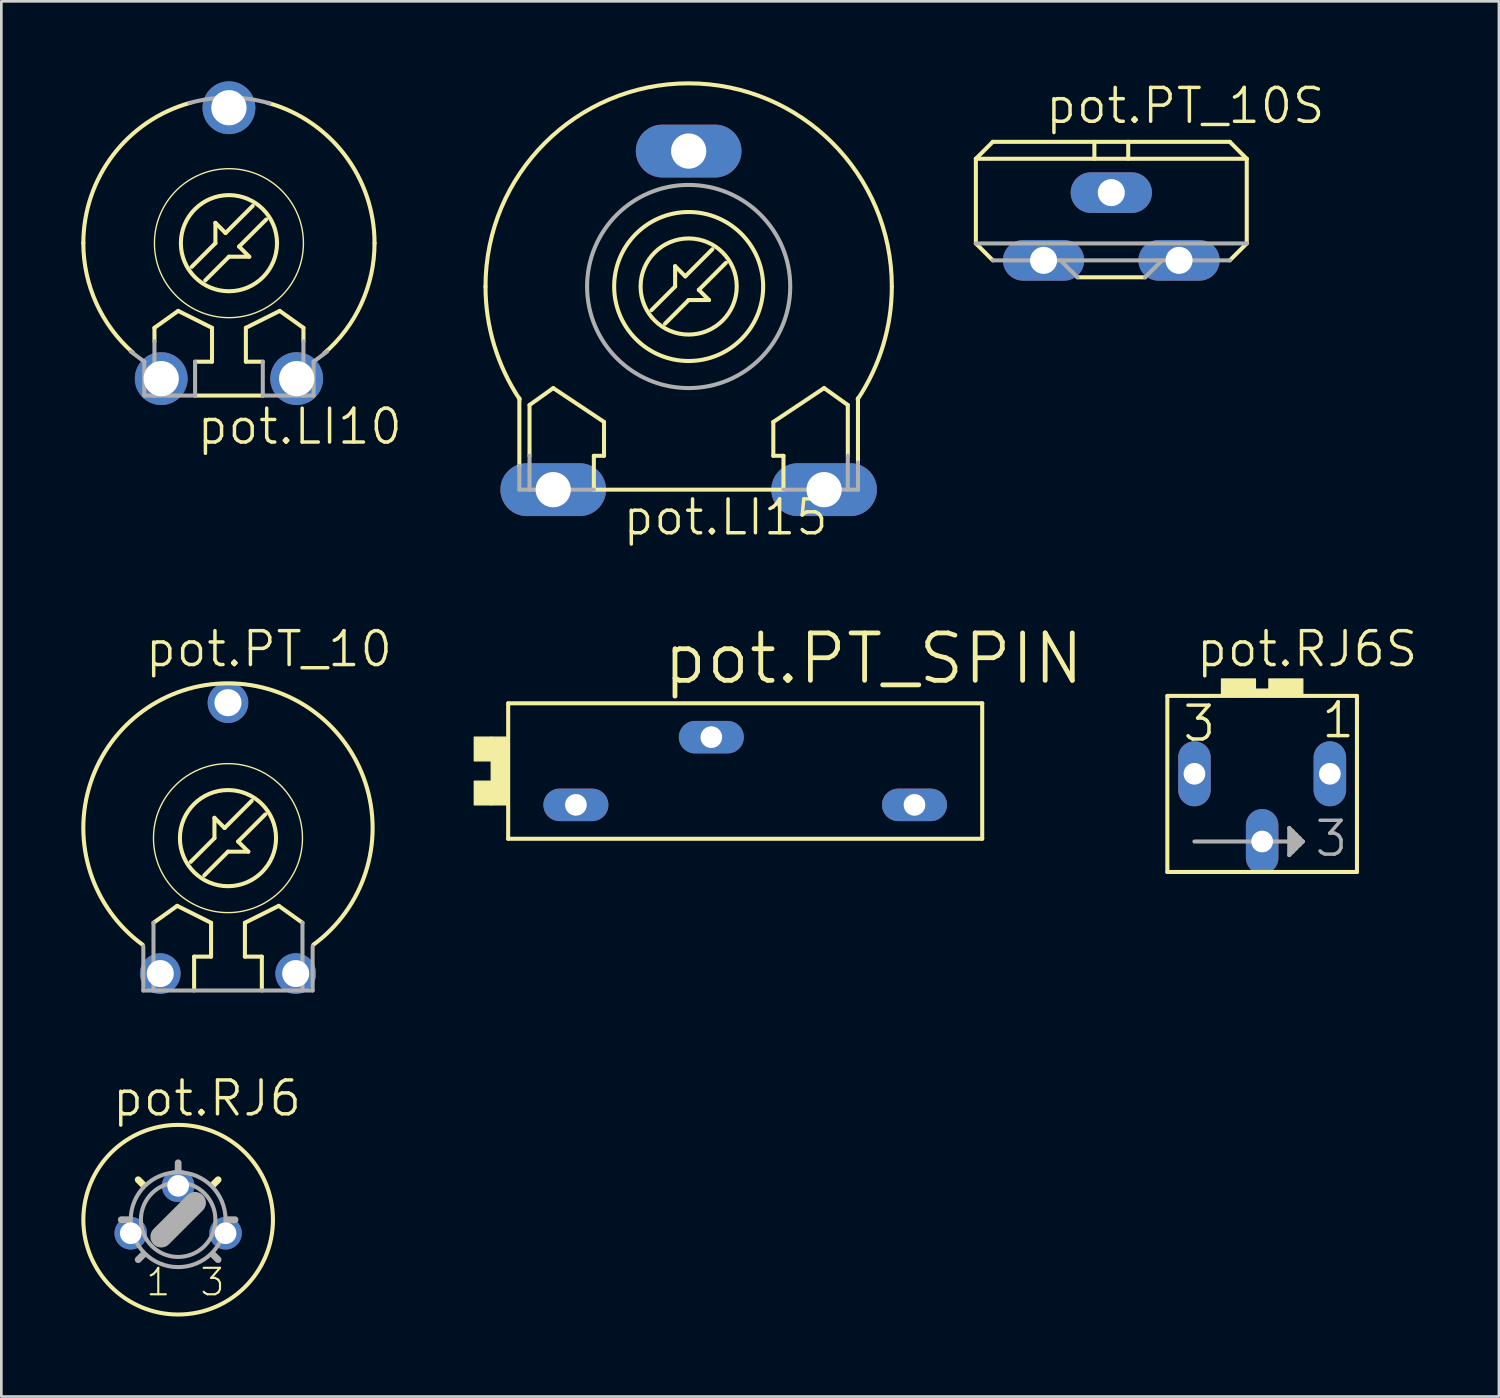
<source format=kicad_pcb>
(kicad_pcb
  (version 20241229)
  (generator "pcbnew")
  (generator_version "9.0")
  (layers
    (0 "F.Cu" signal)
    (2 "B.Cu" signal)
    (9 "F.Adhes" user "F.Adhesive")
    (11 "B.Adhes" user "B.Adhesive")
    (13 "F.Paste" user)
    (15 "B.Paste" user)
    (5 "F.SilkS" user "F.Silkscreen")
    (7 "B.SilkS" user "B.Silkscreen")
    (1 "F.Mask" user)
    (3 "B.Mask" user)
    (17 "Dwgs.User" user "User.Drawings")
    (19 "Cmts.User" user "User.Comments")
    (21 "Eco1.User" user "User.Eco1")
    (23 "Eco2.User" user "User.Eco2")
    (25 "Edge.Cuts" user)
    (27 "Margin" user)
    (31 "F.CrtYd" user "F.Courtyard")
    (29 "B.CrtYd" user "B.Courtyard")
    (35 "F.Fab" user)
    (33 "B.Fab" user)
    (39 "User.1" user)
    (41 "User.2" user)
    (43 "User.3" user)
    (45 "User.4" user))
  (footprint "pot.RJ6"
    (layer "F.Cu")
    (at 3.632 42.698)
    (property "Reference" "pot.RJ6" (at -2.54 -3.81 0) (layer "F.SilkS") (effects (font (size 1.27 1.27) (thickness 0.13)) (justify left bottom)))
    (attr through_hole)
    (fp_line (start -1.321 -1.321) (end -1.499 -1.499) (stroke (width 0.254) (type default)) (layer "F.SilkS"))
    (fp_line (start 1.321 -1.321) (end 1.499 -1.499) (stroke (width 0.254) (type default)) (layer "F.SilkS"))
    (fp_circle (center 0 0) (end 3.556 0) (stroke (width 0.152) (type default)) (fill no) (layer "F.SilkS"))
    (fp_line (start -2.134 0) (end -1.88 0) (stroke (width 0.254) (type default)) (layer "F.Fab"))
    (fp_line (start -1.499 1.499) (end -1.321 1.321) (stroke (width 0.254) (type default)) (layer "F.Fab"))
    (fp_line (start -0.635 0.635) (end 0.635 -0.635) (stroke (width 0.813) (type default)) (layer "F.Fab"))
    (fp_line (start 0 -1.88) (end 0 -2.134) (stroke (width 0.254) (type default)) (layer "F.Fab"))
    (fp_line (start 1.499 1.499) (end 1.321 1.321) (stroke (width 0.254) (type default)) (layer "F.Fab"))
    (fp_line (start 1.88 0) (end 2.134 0) (stroke (width 0.254) (type default)) (layer "F.Fab"))
    (fp_circle (center 0 0) (end 1.397 0) (stroke (width 0.152) (type default)) (fill no) (layer "F.Fab"))
    (fp_circle (center 0 0) (end 1.778 0) (stroke (width 0.152) (type default)) (fill no) (layer "F.Fab"))
    (fp_text user "3" (at 0.762 2.921 0) (layer "F.SilkS") (effects (font (size 0.991 0.991) (thickness 0.08)) (justify left bottom)))
    (fp_text user "1" (at -1.27 2.921 0) (layer "F.SilkS") (effects (font (size 0.991 0.991) (thickness 0.08)) (justify left bottom)))
    (pad "A" thru_hole circle (at -1.778 0.508) (size 1.219 1.219) (drill 0.813) (layers "*.Cu" "*.Mask"))
    (pad "E" thru_hole circle (at 1.778 0.508) (size 1.219 1.219) (drill 0.813) (layers "*.Cu" "*.Mask"))
    (pad "S" thru_hole circle (at 0 -1.27) (size 1.219 1.219) (drill 0.813) (layers "*.Cu" "*.Mask")))
  (footprint "pot.PT_10S"
    (layer "F.Cu")
    (at 38.632 5.445)
    (property "Reference" "pot.PT_10S" (at -2.54 -3.785 0) (layer "F.SilkS") (effects (font (size 1.27 1.27) (thickness 0.13)) (justify left bottom)))
    (attr through_hole)
    (fp_line (start -5.08 -2.54) (end 5.08 -2.54) (stroke (width 0.152) (type default)) (layer "F.SilkS"))
    (fp_line (start -5.08 0.635) (end -5.08 -2.54) (stroke (width 0.152) (type default)) (layer "F.SilkS"))
    (fp_line (start -4.445 -3.175) (end -5.08 -2.54) (stroke (width 0.152) (type default)) (layer "F.SilkS"))
    (fp_line (start -4.445 -3.175) (end 4.445 -3.175) (stroke (width 0.152) (type default)) (layer "F.SilkS"))
    (fp_line (start -4.445 1.27) (end -5.08 0.635) (stroke (width 0.152) (type default)) (layer "F.SilkS"))
    (fp_line (start -1.27 1.905) (end 1.27 1.905) (stroke (width 0.152) (type default)) (layer "F.SilkS"))
    (fp_line (start -0.635 -3.175) (end -0.635 -2.54) (stroke (width 0.152) (type default)) (layer "F.SilkS"))
    (fp_line (start 0.635 -2.54) (end 0.635 -3.175) (stroke (width 0.152) (type default)) (layer "F.SilkS"))
    (fp_line (start 5.08 -2.54) (end 4.445 -3.175) (stroke (width 0.152) (type default)) (layer "F.SilkS"))
    (fp_line (start 5.08 -2.54) (end 5.08 0.635) (stroke (width 0.152) (type default)) (layer "F.SilkS"))
    (fp_line (start 5.08 0.635) (end 4.445 1.27) (stroke (width 0.152) (type default)) (layer "F.SilkS"))
    (fp_line (start -5.08 0.635) (end 5.08 0.635) (stroke (width 0.152) (type default)) (layer "F.Fab"))
    (fp_line (start -4.445 1.27) (end 4.445 1.27) (stroke (width 0.152) (type default)) (layer "F.Fab"))
    (fp_line (start -1.905 1.27) (end -1.27 1.905) (stroke (width 0.152) (type default)) (layer "F.Fab"))
    (fp_line (start 1.27 1.905) (end 1.905 1.27) (stroke (width 0.152) (type default)) (layer "F.Fab"))
    (pad "A" thru_hole oval (at -2.54 1.27) (size 3.048 1.524) (drill 1.016) (layers "*.Cu" "*.Mask"))
    (pad "E" thru_hole oval (at 2.54 1.27) (size 3.048 1.524) (drill 1.016) (layers "*.Cu" "*.Mask"))
    (pad "S" thru_hole oval (at 0 -1.27) (size 3.048 1.524) (drill 1.016) (layers "*.Cu" "*.Mask")))
  (footprint "pot.LI15"
    (layer "F.Cu")
    (at 22.78 7.696)
    (property "Reference" "pot.LI15" (at -2.54 9.398 0) (layer "F.SilkS") (effects (font (size 1.27 1.27) (thickness 0.13)) (justify left bottom)))
    (attr through_hole)
    (fp_line (start -6.35 6.731) (end -6.35 4.191) (stroke (width 0.152) (type default)) (layer "F.SilkS"))
    (fp_line (start -5.969 4.445) (end -5.969 6.35) (stroke (width 0.152) (type default)) (layer "F.SilkS"))
    (fp_line (start -5.969 4.445) (end -5.08 3.81) (stroke (width 0.152) (type default)) (layer "F.SilkS"))
    (fp_line (start -5.08 3.81) (end -3.175 5.08) (stroke (width 0.152) (type default)) (layer "F.SilkS"))
    (fp_line (start -3.556 6.35) (end -3.556 7.62) (stroke (width 0.152) (type default)) (layer "F.SilkS"))
    (fp_line (start -3.556 7.62) (end 3.556 7.62) (stroke (width 0.152) (type default)) (layer "F.SilkS"))
    (fp_line (start -3.175 5.08) (end -3.175 6.35) (stroke (width 0.152) (type default)) (layer "F.SilkS"))
    (fp_line (start -3.175 6.35) (end -3.556 6.35) (stroke (width 0.152) (type default)) (layer "F.SilkS"))
    (fp_line (start -0.508 -0.762) (end -0.508 0) (stroke (width 0.152) (type default)) (layer "F.SilkS"))
    (fp_line (start -0.508 0) (end -1.397 0.889) (stroke (width 0.152) (type default)) (layer "F.SilkS"))
    (fp_line (start -0.127 -0.381) (end -0.508 -0.762) (stroke (width 0.152) (type default)) (layer "F.SilkS"))
    (fp_line (start 0 0.508) (end -0.889 1.397) (stroke (width 0.152) (type default)) (layer "F.SilkS"))
    (fp_line (start 0.381 0.127) (end 0.762 0.508) (stroke (width 0.152) (type default)) (layer "F.SilkS"))
    (fp_line (start 0.762 0.508) (end 0 0.508) (stroke (width 0.152) (type default)) (layer "F.SilkS"))
    (fp_line (start 0.889 -1.397) (end -0.127 -0.381) (stroke (width 0.152) (type default)) (layer "F.SilkS"))
    (fp_line (start 1.397 -0.889) (end 0.381 0.127) (stroke (width 0.152) (type default)) (layer "F.SilkS"))
    (fp_line (start 3.175 5.08) (end 5.08 3.81) (stroke (width 0.152) (type default)) (layer "F.SilkS"))
    (fp_line (start 3.175 6.35) (end 3.175 5.08) (stroke (width 0.152) (type default)) (layer "F.SilkS"))
    (fp_line (start 3.556 6.35) (end 3.175 6.35) (stroke (width 0.152) (type default)) (layer "F.SilkS"))
    (fp_line (start 3.556 7.62) (end 3.556 6.35) (stroke (width 0.152) (type default)) (layer "F.SilkS"))
    (fp_line (start 5.08 3.81) (end 5.969 4.445) (stroke (width 0.152) (type default)) (layer "F.SilkS"))
    (fp_line (start 5.969 4.445) (end 5.969 6.35) (stroke (width 0.152) (type default)) (layer "F.SilkS"))
    (fp_line (start 6.35 6.604) (end 6.35 4.191) (stroke (width 0.152) (type default)) (layer "F.SilkS"))
    (fp_arc (start -7.62 0) (mid 0 -7.62) (end 7.62 0) (stroke (width 0.1524) (type default)) (layer "F.SilkS"))
    (fp_arc (start -6.3402 4.2268) (mid -7.293028 2.208149) (end -7.62 0) (stroke (width 0.1524) (type default)) (layer "F.SilkS"))
    (fp_arc (start 7.62 0) (mid 7.293028 2.208149) (end 6.3402 4.2268) (stroke (width 0.1524) (type default)) (layer "F.SilkS"))
    (fp_circle (center 0 0) (end 1.803 0) (stroke (width 0.152) (type default)) (fill no) (layer "F.SilkS"))
    (fp_circle (center 0 0) (end 2.794 0) (stroke (width 0.152) (type default)) (fill no) (layer "F.SilkS"))
    (fp_line (start -6.35 7.62) (end -6.35 6.731) (stroke (width 0.152) (type default)) (layer "F.Fab"))
    (fp_line (start -6.35 7.62) (end -5.969 7.62) (stroke (width 0.152) (type default)) (layer "F.Fab"))
    (fp_line (start -5.969 6.35) (end -5.969 7.62) (stroke (width 0.152) (type default)) (layer "F.Fab"))
    (fp_line (start -5.969 7.62) (end -3.556 7.62) (stroke (width 0.152) (type default)) (layer "F.Fab"))
    (fp_line (start 5.969 6.35) (end 5.969 7.62) (stroke (width 0.152) (type default)) (layer "F.Fab"))
    (fp_line (start 5.969 7.62) (end 3.556 7.62) (stroke (width 0.152) (type default)) (layer "F.Fab"))
    (fp_line (start 6.35 6.604) (end 6.35 7.62) (stroke (width 0.152) (type default)) (layer "F.Fab"))
    (fp_line (start 6.35 7.62) (end 5.969 7.62) (stroke (width 0.152) (type default)) (layer "F.Fab"))
    (fp_circle (center 0 0) (end 3.81 0) (stroke (width 0.152) (type default)) (fill no) (layer "F.Fab"))
    (pad "A" thru_hole oval (at -5.08 7.62) (size 3.962 1.981) (drill 1.321) (layers "*.Cu" "*.Mask"))
    (pad "E" thru_hole oval (at 5.08 7.62) (size 3.962 1.981) (drill 1.321) (layers "*.Cu" "*.Mask"))
    (pad "S" thru_hole oval (at 0 -5.08) (size 3.962 1.981) (drill 1.321) (layers "*.Cu" "*.Mask")))
  (footprint "pot.PT_10"
    (layer "F.Cu")
    (at 5.501 28.386)
    (property "Reference" "pot.PT_10" (at -3.175 -6.35 0) (layer "F.SilkS") (effects (font (size 1.27 1.27) (thickness 0.13)) (justify left bottom)))
    (attr through_hole)
    (fp_line (start -2.794 3.175) (end -1.905 2.54) (stroke (width 0.152) (type default)) (layer "F.SilkS"))
    (fp_line (start -1.905 2.54) (end -0.635 3.175) (stroke (width 0.152) (type default)) (layer "F.SilkS"))
    (fp_line (start -1.27 4.445) (end -1.27 5.715) (stroke (width 0.152) (type default)) (layer "F.SilkS"))
    (fp_line (start -0.635 3.175) (end -0.635 4.445) (stroke (width 0.152) (type default)) (layer "F.SilkS"))
    (fp_line (start -0.635 4.445) (end -1.27 4.445) (stroke (width 0.152) (type default)) (layer "F.SilkS"))
    (fp_line (start -0.508 -0.762) (end -0.508 0) (stroke (width 0.152) (type default)) (layer "F.SilkS"))
    (fp_line (start -0.508 0) (end -1.397 0.889) (stroke (width 0.152) (type default)) (layer "F.SilkS"))
    (fp_line (start -0.127 -0.381) (end -0.508 -0.762) (stroke (width 0.152) (type default)) (layer "F.SilkS"))
    (fp_line (start 0 0.508) (end -0.889 1.397) (stroke (width 0.152) (type default)) (layer "F.SilkS"))
    (fp_line (start 0.381 0.127) (end 0.762 0.508) (stroke (width 0.152) (type default)) (layer "F.SilkS"))
    (fp_line (start 0.635 3.175) (end 1.905 2.54) (stroke (width 0.152) (type default)) (layer "F.SilkS"))
    (fp_line (start 0.635 4.445) (end 0.635 3.175) (stroke (width 0.152) (type default)) (layer "F.SilkS"))
    (fp_line (start 0.762 0.508) (end 0 0.508) (stroke (width 0.152) (type default)) (layer "F.SilkS"))
    (fp_line (start 0.889 -1.397) (end -0.127 -0.381) (stroke (width 0.152) (type default)) (layer "F.SilkS"))
    (fp_line (start 1.27 4.445) (end 0.635 4.445) (stroke (width 0.152) (type default)) (layer "F.SilkS"))
    (fp_line (start 1.27 5.715) (end 1.27 4.445) (stroke (width 0.152) (type default)) (layer "F.SilkS"))
    (fp_line (start 1.397 -0.889) (end 0.381 0.127) (stroke (width 0.152) (type default)) (layer "F.SilkS"))
    (fp_line (start 1.905 2.54) (end 2.794 3.175) (stroke (width 0.152) (type default)) (layer "F.SilkS"))
    (fp_arc (start -3.199999 3.999999) (mid -0.000001 -5.806229) (end 3.2 3.999998) (stroke (width 0.1524) (type default)) (layer "F.SilkS"))
    (fp_circle (center 0 0) (end 1.803 0) (stroke (width 0.152) (type default)) (fill no) (layer "F.SilkS"))
    (fp_circle (center 0 0) (end 2.794 0) (stroke (width 0.051) (type default)) (fill no) (layer "F.SilkS"))
    (fp_line (start -3.175 5.715) (end -3.175 4.064) (stroke (width 0.152) (type default)) (layer "F.Fab"))
    (fp_line (start -3.175 5.715) (end 3.175 5.715) (stroke (width 0.152) (type default)) (layer "F.Fab"))
    (fp_line (start -2.794 5.715) (end -2.794 3.175) (stroke (width 0.152) (type default)) (layer "F.Fab"))
    (fp_line (start 2.794 3.175) (end 2.794 5.715) (stroke (width 0.152) (type default)) (layer "F.Fab"))
    (fp_line (start 3.175 4.064) (end 3.175 5.715) (stroke (width 0.152) (type default)) (layer "F.Fab"))
    (pad "A" thru_hole circle (at -2.54 5.08) (size 1.524 1.524) (drill 1.016) (layers "*.Cu" "*.Mask"))
    (pad "E" thru_hole circle (at 2.54 5.08) (size 1.524 1.524) (drill 1.016) (layers "*.Cu" "*.Mask"))
    (pad "S" thru_hole circle (at 0 -5.08) (size 1.524 1.524) (drill 1.016) (layers "*.Cu" "*.Mask")))
  (footprint "pot.RJ6S"
    (layer "F.Cu")
    (at 44.29 25.973)
    (property "Reference" "pot.RJ6S" (at -2.54 -3.937 0) (layer "F.SilkS") (effects (font (size 1.27 1.27) (thickness 0.13)) (justify left bottom)))
    (attr through_hole)
    (fp_line (start -3.556 3.683) (end -3.556 -2.921) (stroke (width 0.152) (type default)) (layer "F.SilkS"))
    (fp_line (start -3.556 3.683) (end 3.556 3.683) (stroke (width 0.152) (type default)) (layer "F.SilkS"))
    (fp_line (start 3.556 -2.921) (end -3.556 -2.921) (stroke (width 0.152) (type default)) (layer "F.SilkS"))
    (fp_line (start 3.556 -2.921) (end 3.556 3.683) (stroke (width 0.152) (type default)) (layer "F.SilkS"))
    (fp_rect (start -1.524 -2.921) (end -0.254 -3.556) (stroke (width 0.05) (type default)) (fill yes) (layer "F.SilkS"))
    (fp_rect (start -0.254 -2.921) (end 0.254 -3.175) (stroke (width 0.05) (type default)) (fill yes) (layer "F.SilkS"))
    (fp_rect (start 0.254 -2.921) (end 1.524 -3.556) (stroke (width 0.05) (type default)) (fill yes) (layer "F.SilkS"))
    (fp_line (start 1.016 2.032) (end 1.016 3.048) (stroke (width 0.152) (type default)) (layer "F.Fab"))
    (fp_line (start 1.016 3.048) (end 1.143 2.921) (stroke (width 0.152) (type default)) (layer "F.Fab"))
    (fp_line (start 1.143 2.159) (end 1.016 2.032) (stroke (width 0.152) (type default)) (layer "F.Fab"))
    (fp_line (start 1.143 2.54) (end -2.54 2.54) (stroke (width 0.152) (type default)) (layer "F.Fab"))
    (fp_line (start 1.143 2.54) (end 1.143 2.159) (stroke (width 0.152) (type default)) (layer "F.Fab"))
    (fp_line (start 1.143 2.921) (end 1.143 2.54) (stroke (width 0.152) (type default)) (layer "F.Fab"))
    (fp_line (start 1.27 2.286) (end 1.143 2.159) (stroke (width 0.152) (type default)) (layer "F.Fab"))
    (fp_line (start 1.27 2.794) (end 1.143 2.921) (stroke (width 0.152) (type default)) (layer "F.Fab"))
    (fp_line (start 1.27 2.794) (end 1.27 2.286) (stroke (width 0.152) (type default)) (layer "F.Fab"))
    (fp_line (start 1.397 2.413) (end 1.27 2.286) (stroke (width 0.152) (type default)) (layer "F.Fab"))
    (fp_line (start 1.397 2.667) (end 1.27 2.794) (stroke (width 0.152) (type default)) (layer "F.Fab"))
    (fp_line (start 1.397 2.667) (end 1.397 2.413) (stroke (width 0.152) (type default)) (layer "F.Fab"))
    (fp_line (start 1.524 2.54) (end 1.143 2.54) (stroke (width 0.152) (type default)) (layer "F.Fab"))
    (fp_line (start 1.524 2.54) (end 1.397 2.413) (stroke (width 0.152) (type default)) (layer "F.Fab"))
    (fp_line (start 1.524 2.54) (end 1.397 2.667) (stroke (width 0.152) (type default)) (layer "F.Fab"))
    (fp_text user "3" (at -3.048 -1.143 0) (layer "F.SilkS") (effects (font (size 1.27 1.27) (thickness 0.13)) (justify left bottom)))
    (fp_text user "1" (at 2.159 -1.27 0) (layer "F.SilkS") (effects (font (size 1.27 1.27) (thickness 0.13)) (justify left bottom)))
    (fp_text user "3" (at 1.905 3.175 0) (layer "F.Fab") (effects (font (size 1.27 1.27) (thickness 0.13)) (justify left bottom)))
    (pad "A" thru_hole oval (at 2.54 0 90) (size 2.438 1.219) (drill 0.813) (layers "*.Cu" "*.Mask"))
    (pad "E" thru_hole oval (at -2.54 0 90) (size 2.438 1.219) (drill 0.813) (layers "*.Cu" "*.Mask"))
    (pad "S" thru_hole oval (at 0 2.54 90) (size 2.438 1.219) (drill 0.813) (layers "*.Cu" "*.Mask")))
  (footprint "pot.PT_SPIN"
    (layer "F.Cu")
    (at 24.9 25.869)
    (property "Reference" "pot.PT_SPIN" (at -3.175 -3.175 0) (layer "F.SilkS") (effects (font (size 1.778 1.778) (thickness 0.18)) (justify left bottom)))
    (attr through_hole)
    (fp_line (start -8.89 -2.54) (end -8.89 2.54) (stroke (width 0.152) (type default)) (layer "F.SilkS"))
    (fp_line (start -8.89 2.54) (end 8.89 2.54) (stroke (width 0.152) (type default)) (layer "F.SilkS"))
    (fp_line (start 8.89 -2.54) (end -8.89 -2.54) (stroke (width 0.152) (type default)) (layer "F.SilkS"))
    (fp_line (start 8.89 2.54) (end 8.89 -2.54) (stroke (width 0.152) (type default)) (layer "F.SilkS"))
    (fp_rect (start -10.16 -0.381) (end -9.525 -1.27) (stroke (width 0.05) (type default)) (fill yes) (layer "F.SilkS"))
    (fp_rect (start -10.16 1.27) (end -9.525 0.381) (stroke (width 0.05) (type default)) (fill yes) (layer "F.SilkS"))
    (fp_rect (start -9.525 1.27) (end -8.89 -1.27) (stroke (width 0.05) (type default)) (fill yes) (layer "F.SilkS"))
    (pad "A" thru_hole oval (at -6.35 1.27) (size 2.438 1.219) (drill 0.813) (layers "*.Cu" "*.Mask"))
    (pad "E" thru_hole oval (at 6.35 1.27) (size 2.438 1.219) (drill 0.813) (layers "*.Cu" "*.Mask"))
    (pad "S" thru_hole oval (at -1.27 -1.27) (size 2.438 1.219) (drill 0.813) (layers "*.Cu" "*.Mask")))
  (footprint "pot.LI10"
    (layer "F.Cu")
    (at 5.537 6.071)
    (property "Reference" "pot.LI10" (at -1.27 7.62 0) (layer "F.SilkS") (effects (font (size 1.27 1.27) (thickness 0.13)) (justify left bottom)))
    (attr through_hole)
    (fp_line (start -2.794 3.175) (end -2.794 3.683) (stroke (width 0.152) (type default)) (layer "F.SilkS"))
    (fp_line (start -2.794 3.175) (end -1.905 2.54) (stroke (width 0.152) (type default)) (layer "F.SilkS"))
    (fp_line (start -1.905 2.54) (end -0.635 3.175) (stroke (width 0.152) (type default)) (layer "F.SilkS"))
    (fp_line (start -1.27 5.715) (end 1.27 5.715) (stroke (width 0.152) (type default)) (layer "F.SilkS"))
    (fp_line (start -0.635 3.175) (end -0.635 4.445) (stroke (width 0.152) (type default)) (layer "F.SilkS"))
    (fp_line (start -0.635 4.445) (end -1.27 4.445) (stroke (width 0.152) (type default)) (layer "F.SilkS"))
    (fp_line (start -0.508 -0.762) (end -0.508 0) (stroke (width 0.152) (type default)) (layer "F.SilkS"))
    (fp_line (start -0.508 0) (end -1.397 0.889) (stroke (width 0.152) (type default)) (layer "F.SilkS"))
    (fp_line (start -0.127 -0.381) (end -0.508 -0.762) (stroke (width 0.152) (type default)) (layer "F.SilkS"))
    (fp_line (start 0 0.508) (end -0.889 1.397) (stroke (width 0.152) (type default)) (layer "F.SilkS"))
    (fp_line (start 0.381 0.127) (end 0.762 0.508) (stroke (width 0.152) (type default)) (layer "F.SilkS"))
    (fp_line (start 0.635 3.175) (end 1.905 2.54) (stroke (width 0.152) (type default)) (layer "F.SilkS"))
    (fp_line (start 0.635 4.445) (end 0.635 3.175) (stroke (width 0.152) (type default)) (layer "F.SilkS"))
    (fp_line (start 0.762 0.508) (end 0 0.508) (stroke (width 0.152) (type default)) (layer "F.SilkS"))
    (fp_line (start 0.889 -1.397) (end -0.127 -0.381) (stroke (width 0.152) (type default)) (layer "F.SilkS"))
    (fp_line (start 1.27 4.445) (end 0.635 4.445) (stroke (width 0.152) (type default)) (layer "F.SilkS"))
    (fp_line (start 1.397 -0.889) (end 0.381 0.127) (stroke (width 0.152) (type default)) (layer "F.SilkS"))
    (fp_line (start 1.905 2.54) (end 2.794 3.175) (stroke (width 0.152) (type default)) (layer "F.SilkS"))
    (fp_line (start 2.794 3.175) (end 2.794 3.683) (stroke (width 0.152) (type default)) (layer "F.SilkS"))
    (fp_arc (start -5.461 0) (mid -4.343379 -3.310192) (end -1.448 -5.2655) (stroke (width 0.1524) (type default)) (layer "F.SilkS"))
    (fp_arc (start -3.6049 4.1021) (mid -4.975384 2.25124) (end -5.461 0) (stroke (width 0.1524) (type default)) (layer "F.SilkS"))
    (fp_arc (start 1.4616 -5.2618) (mid 4.34767 -3.304614) (end 5.461 0) (stroke (width 0.1524) (type default)) (layer "F.SilkS"))
    (fp_arc (start 5.461 0) (mid 4.964611 2.274878) (end 3.5657 4.1362) (stroke (width 0.1524) (type default)) (layer "F.SilkS"))
    (fp_circle (center 0 0) (end 1.803 0) (stroke (width 0.152) (type default)) (fill no) (layer "F.SilkS"))
    (fp_circle (center 0 0) (end 2.794 0) (stroke (width 0.051) (type default)) (fill no) (layer "F.SilkS"))
    (fp_line (start -3.175 4.445) (end -3.683 4.064) (stroke (width 0.152) (type default)) (layer "F.Fab"))
    (fp_line (start -3.175 5.715) (end -3.175 4.445) (stroke (width 0.152) (type default)) (layer "F.Fab"))
    (fp_line (start -3.175 5.715) (end -2.794 5.715) (stroke (width 0.152) (type default)) (layer "F.Fab"))
    (fp_line (start -2.794 3.683) (end -2.794 5.715) (stroke (width 0.152) (type default)) (layer "F.Fab"))
    (fp_line (start -2.794 5.715) (end -1.27 5.715) (stroke (width 0.152) (type default)) (layer "F.Fab"))
    (fp_line (start -1.27 4.445) (end -1.27 5.715) (stroke (width 0.152) (type default)) (layer "F.Fab"))
    (fp_line (start 1.27 5.715) (end 1.27 4.445) (stroke (width 0.152) (type default)) (layer "F.Fab"))
    (fp_line (start 2.794 3.683) (end 2.794 5.715) (stroke (width 0.152) (type default)) (layer "F.Fab"))
    (fp_line (start 2.794 5.715) (end 1.27 5.715) (stroke (width 0.152) (type default)) (layer "F.Fab"))
    (fp_line (start 3.175 4.445) (end 3.175 5.715) (stroke (width 0.152) (type default)) (layer "F.Fab"))
    (fp_line (start 3.175 4.445) (end 3.683 4.064) (stroke (width 0.152) (type default)) (layer "F.Fab"))
    (fp_line (start 3.175 5.715) (end 2.794 5.715) (stroke (width 0.152) (type default)) (layer "F.Fab"))
    (fp_arc (start -1.4824 -5.2559) (mid -0.748259 -5.40947) (end 0 -5.461) (stroke (width 0.1524) (type default)) (layer "F.Fab"))
    (fp_arc (start 0 -5.461) (mid 0.766849 -5.406874) (end 1.5185 -5.2456) (stroke (width 0.1524) (type default)) (layer "F.Fab"))
    (pad "A" thru_hole circle (at -2.54 5.08) (size 1.981 1.981) (drill 1.321) (layers "*.Cu" "*.Mask"))
    (pad "E" thru_hole circle (at 2.54 5.08) (size 1.981 1.981) (drill 1.321) (layers "*.Cu" "*.Mask"))
    (pad "S" thru_hole circle (at 0 -5.08) (size 1.981 1.981) (drill 1.321) (layers "*.Cu" "*.Mask")))
  (gr_rect
    (start -3 -3)
    (end 53.171 49.331)
    (stroke (width 0.1) (type default))
    (fill no)
    (layer "Edge.Cuts")))
</source>
